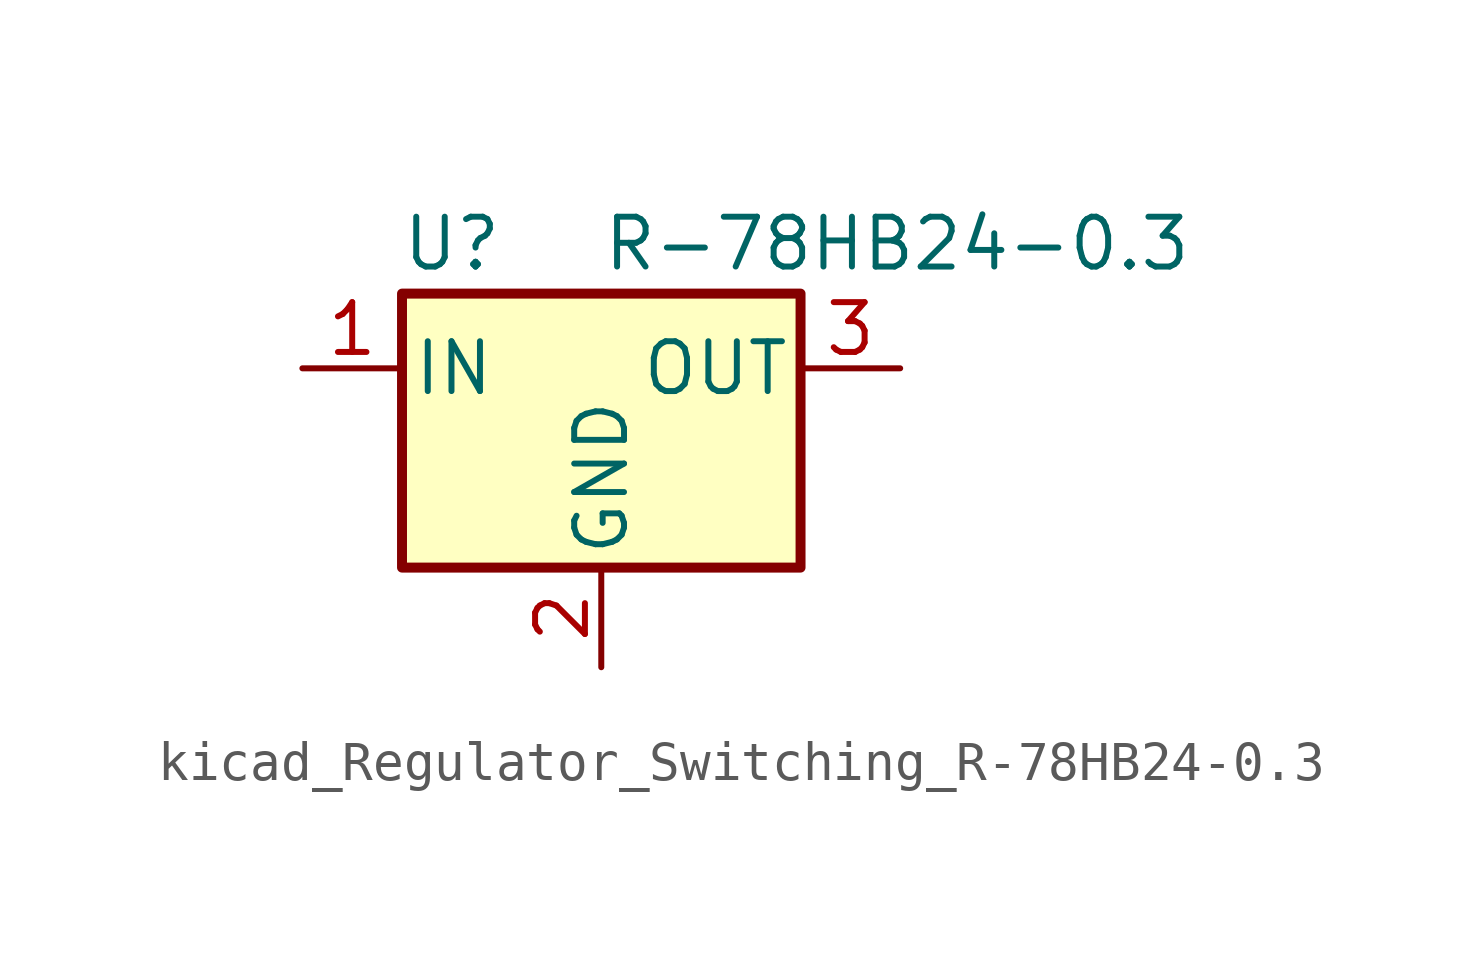
<source format=kicad_sym>
(kicad_symbol_lib
  (version 20220914)
  (generator kicad_symbol_editor)
  (symbol "kicad_Regulator_Switching_R-78HB24-0.3"
    (pin_names
      (offset 0.254))
    (property "Reference" "U"
      (at -3.81 3.175 0)
      (effects (font (size 1.27 1.27))))
    (property "Value" "R-78HB24-0.3"
      (at 0 3.175 0)
      (effects (font (size 1.27 1.27)) (justify left)))
    (symbol "kicad_Regulator_Switching_R-78HB24-0.3_0_1"
      (rectangle (start -5.08 1.905) (end 5.08 -5.08) (stroke (width 0.254) (type default)) (fill (type background))))
    (symbol "kicad_Regulator_Switching_R-78HB24-0.3_1_1"
      (pin power_in line (at -7.62 0 0) (length 2.54) (name "IN" (effects (font (size 1.27 1.27)))) (number "1" (effects (font (size 1.27 1.27)))))
      (pin power_in line (at 0 -7.62 90) (length 2.54) (name "GND" (effects (font (size 1.27 1.27)))) (number "2" (effects (font (size 1.27 1.27)))))
      (pin power_out line (at 7.62 0 180) (length 2.54) (name "OUT" (effects (font (size 1.27 1.27)))) (number "3" (effects (font (size 1.27 1.27))))))))
</source>
